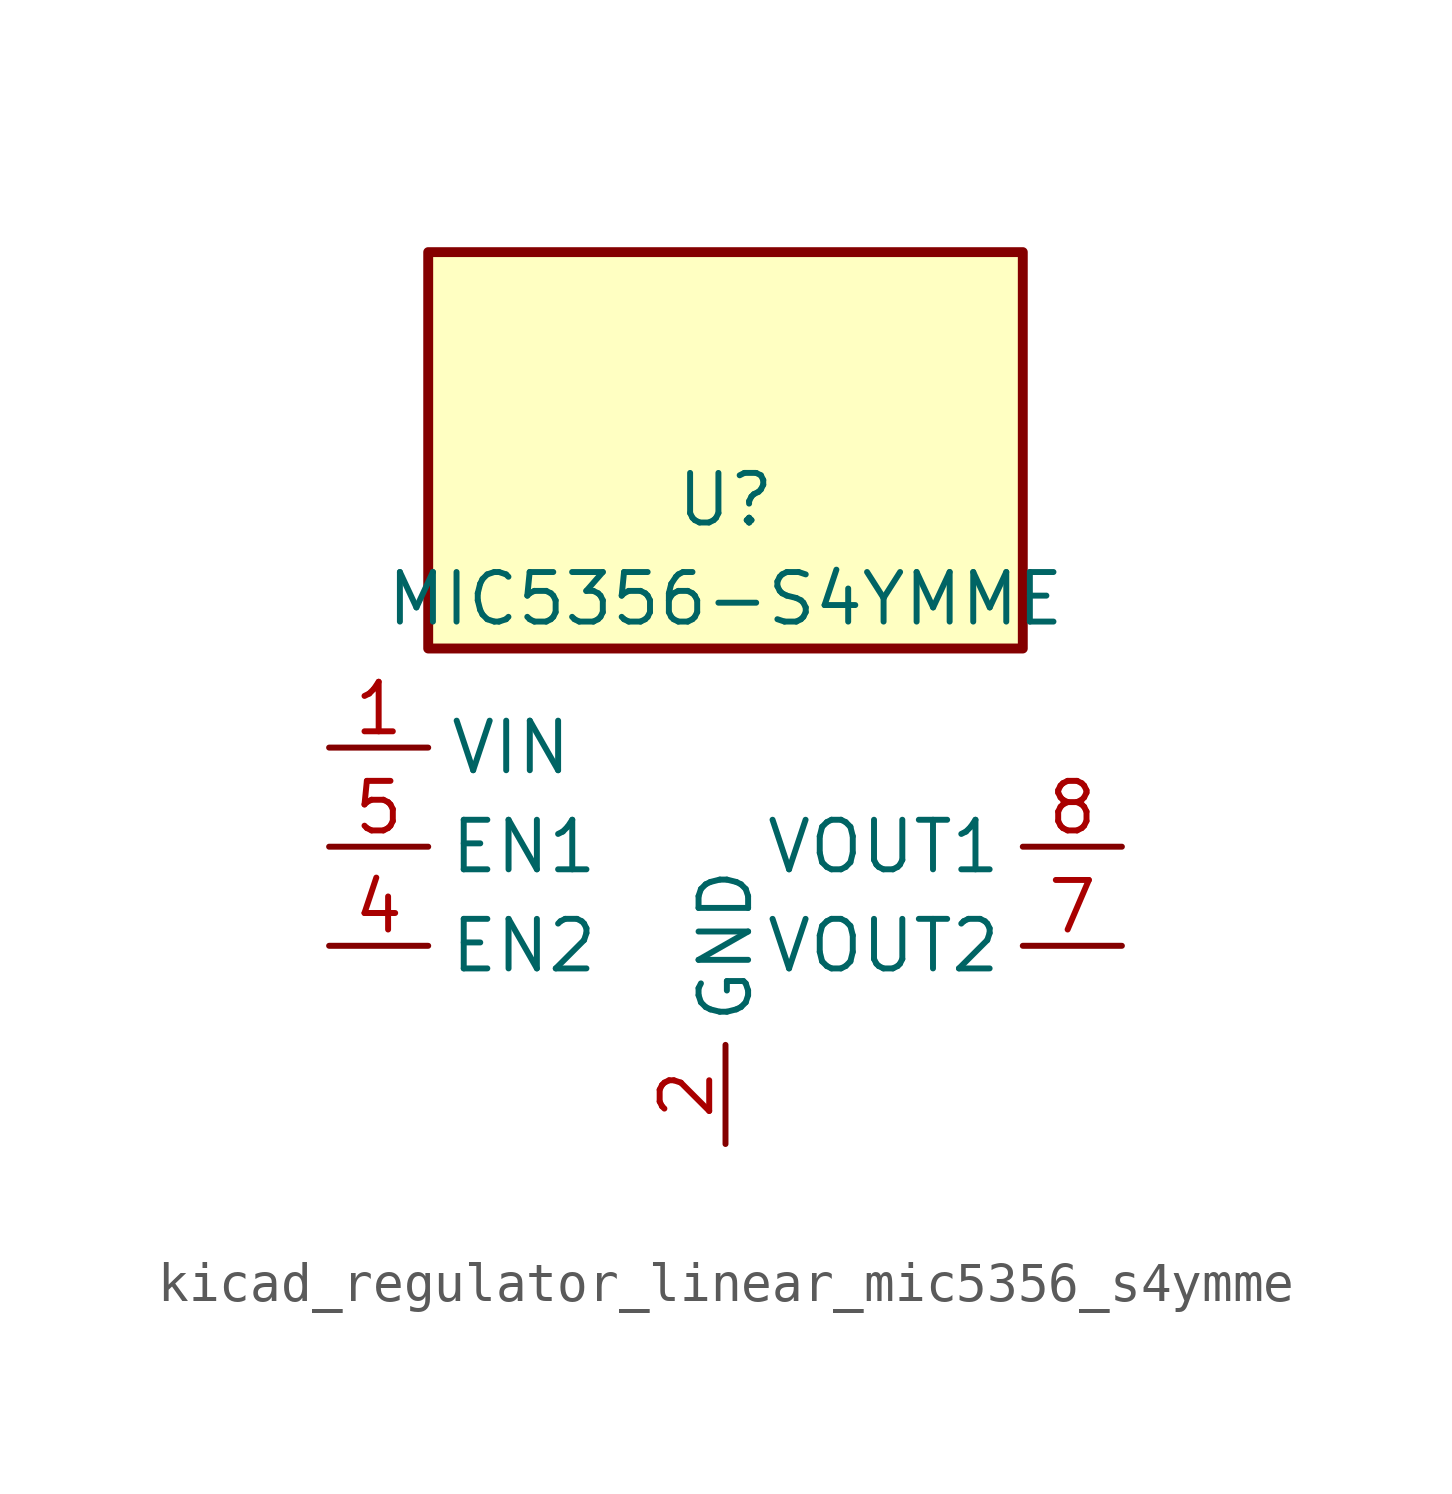
<source format=kicad_sym>
(kicad_symbol_lib
  (version 20220914)
  (generator kicad_symbol_editor)
  (symbol "kicad_regulator_linear_mic5356_s4ymme"
    (property "Reference" "U"
      (at 0 8.89 0)
      (effects (font (size 1.27 1.27))))
    (property "Value" "MIC5356-S4YMME"
      (at 0 6.35 0)
      (effects (font (size 1.27 1.27))))
    (symbol "kicad_regulator_linear_mic5356_s4ymme_0_1"
      (rectangle (start 7.62 15.24) (end -7.62 5.08) (stroke (width 0.254) (type default)) (fill (type background))))
    (symbol "kicad_regulator_linear_mic5356_s4ymme_1_1"
      (pin power_in line (at -10.16 2.54 0) (length 2.54) (name "VIN" (effects (font (size 1.27 1.27)))) (number "1" (effects (font (size 1.27 1.27)))))
      (pin power_in line (at 0 -7.62 90) (length 2.54) (name "GND" (effects (font (size 1.27 1.27)))) (number "2" (effects (font (size 1.27 1.27)))))
      (pin no_connect line (at 0 5.08 270) (length 2.54) hide (name "NC" (effects (font (size 1.27 1.27)))) (number "3" (effects (font (size 1.27 1.27)))))
      (pin input line (at -10.16 -2.54 0) (length 2.54) (name "EN2" (effects (font (size 1.27 1.27)))) (number "4" (effects (font (size 1.27 1.27)))))
      (pin input line (at -10.16 0 0) (length 2.54) (name "EN1" (effects (font (size 1.27 1.27)))) (number "5" (effects (font (size 1.27 1.27)))))
      (pin no_connect line (at 7.62 2.54 180) (length 2.54) hide (name "NC" (effects (font (size 1.27 1.27)))) (number "6" (effects (font (size 1.27 1.27)))))
      (pin power_out line (at 10.16 -2.54 180) (length 2.54) (name "VOUT2" (effects (font (size 1.27 1.27)))) (number "7" (effects (font (size 1.27 1.27)))))
      (pin power_out line (at 10.16 0 180) (length 2.54) (name "VOUT1" (effects (font (size 1.27 1.27)))) (number "8" (effects (font (size 1.27 1.27)))))
      (pin passive line (at 0 -7.62 90) (length 2.54) hide (name "GND" (effects (font (size 1.27 1.27)))) (number "9" (effects (font (size 1.27 1.27))))))))
</source>
